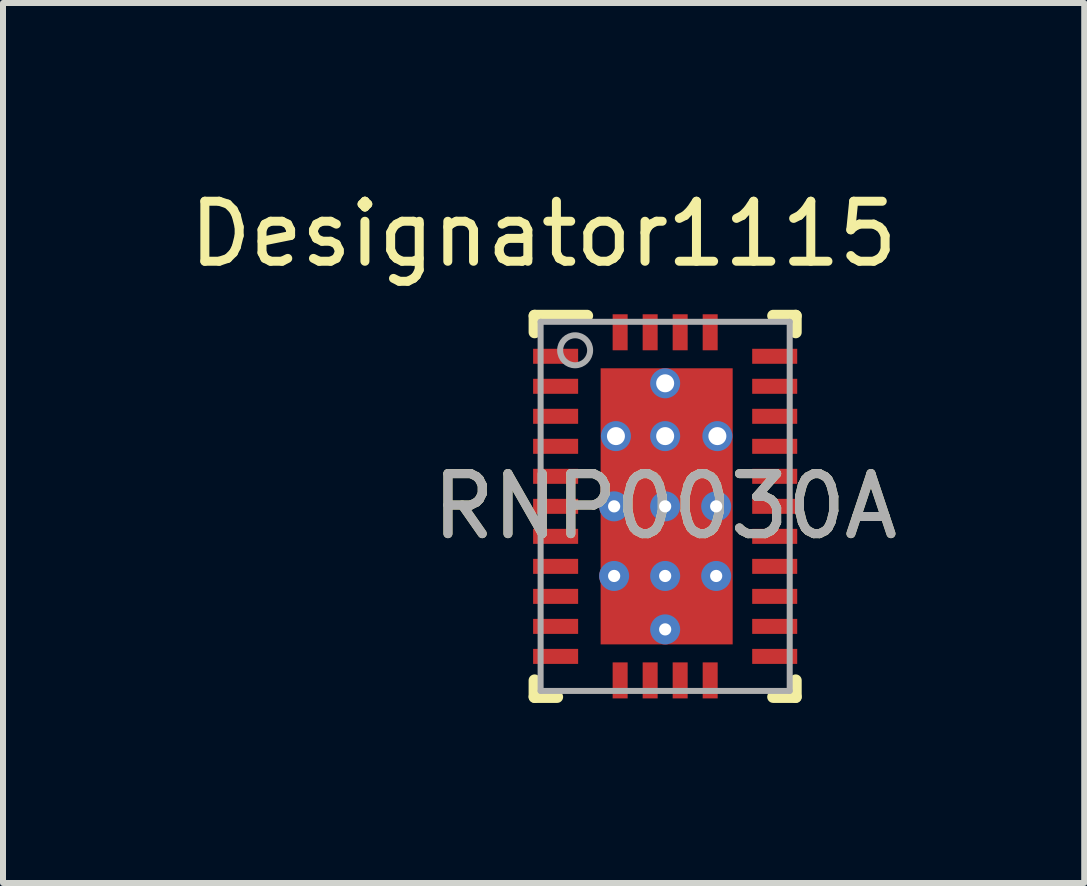
<source format=kicad_pcb>
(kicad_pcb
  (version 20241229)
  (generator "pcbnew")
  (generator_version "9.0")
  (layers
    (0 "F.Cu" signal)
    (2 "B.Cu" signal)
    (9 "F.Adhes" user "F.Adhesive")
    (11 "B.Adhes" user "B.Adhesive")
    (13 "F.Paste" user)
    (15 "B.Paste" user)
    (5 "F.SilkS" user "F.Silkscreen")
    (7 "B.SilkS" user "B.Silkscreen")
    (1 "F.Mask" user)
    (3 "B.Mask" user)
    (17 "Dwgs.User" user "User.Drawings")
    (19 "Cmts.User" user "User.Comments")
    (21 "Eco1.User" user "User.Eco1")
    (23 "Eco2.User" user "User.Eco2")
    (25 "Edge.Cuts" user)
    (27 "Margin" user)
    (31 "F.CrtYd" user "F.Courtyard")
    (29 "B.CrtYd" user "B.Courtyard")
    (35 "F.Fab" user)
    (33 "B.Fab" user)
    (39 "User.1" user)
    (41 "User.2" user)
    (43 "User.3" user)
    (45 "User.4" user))
  (footprint "RNP0030A"
    (layer "F.Cu")
    (at 8.032 5.386)
    (property "Reference" "RNP0030A" (at 0 0 0) (unlocked yes) (layer "F.SilkS") (effects (font (size 1 1) (thickness 0.15))))
    (attr smd)
    (fp_line (start -2.175 -3.175) (end -1.3 -3.175) (stroke (width 0.2) (type solid)) (layer "F.SilkS"))
    (fp_line (start -2.175 -2.9) (end -2.175 -3.175) (stroke (width 0.2) (type solid)) (layer "F.SilkS"))
    (fp_line (start -2.175 3.175) (end -2.175 2.9) (stroke (width 0.2) (type solid)) (layer "F.SilkS"))
    (fp_line (start -2.175 3.175) (end -1.8 3.175) (stroke (width 0.2) (type solid)) (layer "F.SilkS"))
    (fp_line (start 1.8 -3.175) (end 2.175 -3.175) (stroke (width 0.2) (type solid)) (layer "F.SilkS"))
    (fp_line (start 1.8 3.175) (end 2.175 3.175) (stroke (width 0.2) (type solid)) (layer "F.SilkS"))
    (fp_line (start 2.175 -2.9) (end 2.175 -3.175) (stroke (width 0.2) (type solid)) (layer "F.SilkS"))
    (fp_line (start 2.175 3.175) (end 2.175 2.9) (stroke (width 0.2) (type solid)) (layer "F.SilkS"))
    (fp_poly (pts (xy -0.148 -0.1) (xy -1.032 -0.1) (xy -1.041 -0.101) (xy -1.05 -0.104) (xy -1.059 -0.108) (xy -1.066 -0.114) (xy -1.072 -0.121) (xy -1.076 -0.13) (xy -1.079 -0.139) (xy -1.08 -0.148) (xy -1.08 -1.012) (xy -1.079 -1.021) (xy -1.076 -1.03) (xy -1.072 -1.039) (xy -1.066 -1.046) (xy -1.059 -1.052) (xy -1.05 -1.056) (xy -1.041 -1.059) (xy -1.032 -1.06) (xy -0.148 -1.06) (xy -0.139 -1.059) (xy -0.13 -1.056) (xy -0.121 -1.052) (xy -0.114 -1.046) (xy -0.108 -1.039) (xy -0.104 -1.03) (xy -0.101 -1.021) (xy -0.1 -1.012) (xy -0.1 -0.148) (xy -0.101 -0.139) (xy -0.104 -0.13) (xy -0.108 -0.121) (xy -0.114 -0.114) (xy -0.121 -0.108) (xy -0.13 -0.104) (xy -0.139 -0.101)) (stroke (width 0) (type solid)) (fill yes) (layer "F.Paste"))
    (fp_poly (pts (xy -0.148 1.06) (xy -1.032 1.06) (xy -1.041 1.059) (xy -1.05 1.056) (xy -1.059 1.052) (xy -1.066 1.046) (xy -1.072 1.039) (xy -1.076 1.03) (xy -1.079 1.021) (xy -1.08 1.012) (xy -1.08 0.148) (xy -1.079 0.139) (xy -1.076 0.13) (xy -1.072 0.121) (xy -1.066 0.114) (xy -1.059 0.108) (xy -1.05 0.104) (xy -1.041 0.101) (xy -1.032 0.1) (xy -0.148 0.1) (xy -0.139 0.101) (xy -0.13 0.104) (xy -0.121 0.108) (xy -0.114 0.114) (xy -0.108 0.121) (xy -0.104 0.13) (xy -0.101 0.139) (xy -0.1 0.148) (xy -0.1 1.012) (xy -0.101 1.021) (xy -0.104 1.03) (xy -0.108 1.039) (xy -0.114 1.046) (xy -0.121 1.052) (xy -0.13 1.056) (xy -0.139 1.059)) (stroke (width 0) (type solid)) (fill yes) (layer "F.Paste"))
    (fp_poly (pts (xy -0.148 2.22) (xy -1.032 2.22) (xy -1.041 2.219) (xy -1.05 2.216) (xy -1.059 2.212) (xy -1.066 2.206) (xy -1.072 2.199) (xy -1.076 2.19) (xy -1.079 2.181) (xy -1.08 2.172) (xy -1.08 1.308) (xy -1.079 1.299) (xy -1.076 1.29) (xy -1.072 1.281) (xy -1.066 1.274) (xy -1.059 1.268) (xy -1.05 1.264) (xy -1.041 1.261) (xy -1.032 1.26) (xy -0.148 1.26) (xy -0.139 1.261) (xy -0.13 1.264) (xy -0.121 1.268) (xy -0.114 1.274) (xy -0.108 1.281) (xy -0.104 1.29) (xy -0.101 1.299) (xy -0.1 1.308) (xy -0.1 2.172) (xy -0.101 2.181) (xy -0.104 2.19) (xy -0.108 2.199) (xy -0.114 2.206) (xy -0.121 2.212) (xy -0.13 2.216) (xy -0.139 2.219)) (stroke (width 0) (type solid)) (fill yes) (layer "F.Paste"))
    (fp_poly (pts (xy 1.032 -0.1) (xy 0.148 -0.1) (xy 0.139 -0.101) (xy 0.13 -0.104) (xy 0.121 -0.108) (xy 0.114 -0.114) (xy 0.108 -0.121) (xy 0.104 -0.13) (xy 0.101 -0.139) (xy 0.1 -0.148) (xy 0.1 -1.012) (xy 0.101 -1.021) (xy 0.104 -1.03) (xy 0.108 -1.039) (xy 0.114 -1.046) (xy 0.121 -1.052) (xy 0.13 -1.056) (xy 0.139 -1.059) (xy 0.148 -1.06) (xy 1.032 -1.06) (xy 1.041 -1.059) (xy 1.05 -1.056) (xy 1.059 -1.052) (xy 1.066 -1.046) (xy 1.072 -1.039) (xy 1.076 -1.03) (xy 1.079 -1.021) (xy 1.08 -1.012) (xy 1.08 -0.148) (xy 1.079 -0.139) (xy 1.076 -0.13) (xy 1.072 -0.121) (xy 1.066 -0.114) (xy 1.059 -0.108) (xy 1.05 -0.104) (xy 1.041 -0.101)) (stroke (width 0) (type solid)) (fill yes) (layer "F.Paste"))
    (fp_poly (pts (xy 1.032 1.06) (xy 0.148 1.06) (xy 0.139 1.059) (xy 0.13 1.056) (xy 0.121 1.052) (xy 0.114 1.046) (xy 0.108 1.039) (xy 0.104 1.03) (xy 0.101 1.021) (xy 0.1 1.012) (xy 0.1 0.148) (xy 0.101 0.139) (xy 0.104 0.13) (xy 0.108 0.121) (xy 0.114 0.114) (xy 0.121 0.108) (xy 0.13 0.104) (xy 0.139 0.101) (xy 0.148 0.1) (xy 1.032 0.1) (xy 1.041 0.101) (xy 1.05 0.104) (xy 1.059 0.108) (xy 1.066 0.114) (xy 1.072 0.121) (xy 1.076 0.13) (xy 1.079 0.139) (xy 1.08 0.148) (xy 1.08 1.012) (xy 1.079 1.021) (xy 1.076 1.03) (xy 1.072 1.039) (xy 1.066 1.046) (xy 1.059 1.052) (xy 1.05 1.056) (xy 1.041 1.059)) (stroke (width 0) (type solid)) (fill yes) (layer "F.Paste"))
    (fp_poly (pts (xy 1.032 2.22) (xy 0.148 2.22) (xy 0.139 2.219) (xy 0.13 2.216) (xy 0.121 2.212) (xy 0.114 2.206) (xy 0.108 2.199) (xy 0.104 2.19) (xy 0.101 2.181) (xy 0.1 2.172) (xy 0.1 1.308) (xy 0.101 1.299) (xy 0.104 1.29) (xy 0.108 1.281) (xy 0.114 1.274) (xy 0.121 1.268) (xy 0.13 1.264) (xy 0.139 1.261) (xy 0.148 1.26) (xy 1.032 1.26) (xy 1.041 1.261) (xy 1.05 1.264) (xy 1.059 1.268) (xy 1.066 1.274) (xy 1.072 1.281) (xy 1.076 1.29) (xy 1.079 1.299) (xy 1.08 1.308) (xy 1.08 2.172) (xy 1.079 2.181) (xy 1.076 2.19) (xy 1.072 2.199) (xy 1.066 2.206) (xy 1.059 2.212) (xy 1.05 2.216) (xy 1.041 2.219)) (stroke (width 0) (type solid)) (fill yes) (layer "F.Paste"))
    (fp_line (start -2.075 -3.075) (end 2.075 -3.075) (stroke (width 0.1) (type solid)) (layer "F.Fab"))
    (fp_line (start -2.075 3.075) (end -2.075 -3.075) (stroke (width 0.1) (type solid)) (layer "F.Fab"))
    (fp_line (start -2.075 3.075) (end 2.075 3.075) (stroke (width 0.1) (type solid)) (layer "F.Fab"))
    (fp_line (start 2.075 3.075) (end 2.075 -3.075) (stroke (width 0.1) (type solid)) (layer "F.Fab"))
    (fp_circle (center -1.5 -2.6) (end -1.25 -2.6) (stroke (width 0.1) (type solid)) (fill no) (layer "F.Fab"))
    (fp_text user "Designator1115" (at -2.026 -4.538 0) (unlocked yes) (layer "F.SilkS") (effects (font (size 1 1) (thickness 0.15))))
    (fp_text user "${REFERENCE}" (at 0 0 0) (unlocked yes) (layer "F.Fab") (effects (font (size 1 1) (thickness 0.15))))
    (pad "1" smd rect (at -1.825 -2.5 90) (size 0.25 0.75) (layers "F.Cu" "F.Mask" "F.Paste"))
    (pad "2" smd rect (at -1.825 -2 90) (size 0.25 0.75) (layers "F.Cu" "F.Mask" "F.Paste"))
    (pad "3" smd rect (at -1.825 -1.5 90) (size 0.25 0.75) (layers "F.Cu" "F.Mask" "F.Paste"))
    (pad "4" smd rect (at -1.825 -1 90) (size 0.25 0.75) (layers "F.Cu" "F.Mask" "F.Paste"))
    (pad "5" smd rect (at -1.825 -0.5 90) (size 0.25 0.75) (layers "F.Cu" "F.Mask" "F.Paste"))
    (pad "6" smd rect (at -1.825 0 90) (size 0.25 0.75) (layers "F.Cu" "F.Mask" "F.Paste"))
    (pad "7" smd rect (at -1.825 0.5 90) (size 0.25 0.75) (layers "F.Cu" "F.Mask" "F.Paste"))
    (pad "8" smd rect (at -1.825 1 90) (size 0.25 0.75) (layers "F.Cu" "F.Mask" "F.Paste"))
    (pad "9" smd rect (at -1.825 1.5 90) (size 0.25 0.75) (layers "F.Cu" "F.Mask" "F.Paste"))
    (pad "10" smd rect (at -1.825 2 90) (size 0.25 0.75) (layers "F.Cu" "F.Mask" "F.Paste"))
    (pad "11" smd rect (at -1.825 2.5 90) (size 0.25 0.75) (layers "F.Cu" "F.Mask" "F.Paste"))
    (pad "12" smd rect (at -0.75 2.9) (size 0.25 0.6) (layers "F.Cu" "F.Mask" "F.Paste"))
    (pad "13" smd rect (at -0.25 2.9) (size 0.25 0.6) (layers "F.Cu" "F.Mask" "F.Paste"))
    (pad "14" smd rect (at 0.25 2.9) (size 0.25 0.6) (layers "F.Cu" "F.Mask" "F.Paste"))
    (pad "15" smd rect (at 0.75 2.9) (size 0.25 0.6) (layers "F.Cu" "F.Mask" "F.Paste"))
    (pad "16" smd rect (at 1.825 2.5 90) (size 0.25 0.75) (layers "F.Cu" "F.Mask" "F.Paste"))
    (pad "17" smd rect (at 1.825 2 90) (size 0.25 0.75) (layers "F.Cu" "F.Mask" "F.Paste"))
    (pad "18" smd rect (at 1.825 1.5 90) (size 0.25 0.75) (layers "F.Cu" "F.Mask" "F.Paste"))
    (pad "19" smd rect (at 1.825 1 90) (size 0.25 0.75) (layers "F.Cu" "F.Mask" "F.Paste"))
    (pad "20" smd rect (at 1.825 0.5 90) (size 0.25 0.75) (layers "F.Cu" "F.Mask" "F.Paste"))
    (pad "21" smd rect (at 1.825 0 90) (size 0.25 0.75) (layers "F.Cu" "F.Mask" "F.Paste"))
    (pad "22" smd rect (at 1.825 -0.5 90) (size 0.25 0.75) (layers "F.Cu" "F.Mask" "F.Paste"))
    (pad "23" smd rect (at 1.825 -1 90) (size 0.25 0.75) (layers "F.Cu" "F.Mask" "F.Paste"))
    (pad "24" smd rect (at 1.825 -1.5 90) (size 0.25 0.75) (layers "F.Cu" "F.Mask" "F.Paste"))
    (pad "25" smd rect (at 1.825 -2 90) (size 0.25 0.75) (layers "F.Cu" "F.Mask" "F.Paste"))
    (pad "26" smd rect (at 1.825 -2.5 90) (size 0.25 0.75) (layers "F.Cu" "F.Mask" "F.Paste"))
    (pad "27" smd rect (at 0.75 -2.9) (size 0.25 0.6) (layers "F.Cu" "F.Mask" "F.Paste"))
    (pad "28" smd rect (at 0.25 -2.9) (size 0.25 0.6) (layers "F.Cu" "F.Mask" "F.Paste"))
    (pad "29" smd rect (at -0.25 -2.9) (size 0.25 0.6) (layers "F.Cu" "F.Mask" "F.Paste"))
    (pad "30" smd rect (at -0.75 -2.9) (size 0.25 0.6) (layers "F.Cu" "F.Mask" "F.Paste"))
    (pad "31" thru_hole circle (at -0.82 -1.17 270) (size 0.5 0.5) (drill 0.3) (layers "*.Cu"))
    (pad "31" thru_hole circle (at 0 -2.05 270) (size 0.5 0.5) (drill 0.3) (layers "*.Cu"))
    (pad "31" thru_hole circle (at 0 -1.17 270) (size 0.5 0.5) (drill 0.3) (layers "*.Cu"))
    (pad "31" smd rect (at 0.025 0) (size 2.2 4.6) (layers "F.Cu" "F.Mask"))
    (pad "31" thru_hole circle (at 0.87 -1.17 270) (size 0.5 0.5) (drill 0.3) (layers "*.Cu"))
    (pad "33" thru_hole circle (at -0.85 1.16) (size 0.5 0.5) (drill 0.203) (layers "*.Cu" "*.Mask"))
    (pad "35" thru_hole circle (at 0 1.16) (size 0.5 0.5) (drill 0.203) (layers "*.Cu" "*.Mask"))
    (pad "37" thru_hole circle (at 0.85 1.16) (size 0.5 0.5) (drill 0.203) (layers "*.Cu" "*.Mask"))
    (pad "39" thru_hole circle (at 0 2.05) (size 0.5 0.5) (drill 0.203) (layers "*.Cu" "*.Mask"))
    (pad "40" thru_hole circle (at 0.85 0) (size 0.5 0.5) (drill 0.203) (layers "*.Cu" "*.Mask"))
    (pad "41" thru_hole circle (at 0 0) (size 0.5 0.5) (drill 0.203) (layers "*.Cu" "*.Mask"))
    (pad "42" thru_hole circle (at -0.85 0) (size 0.5 0.5) (drill 0.203) (layers "*.Cu" "*.Mask")))
  (gr_rect
    (start -3 -3)
    (end 15.014 11.661)
    (stroke (width 0.1) (type default))
    (fill no)
    (layer "Edge.Cuts")))
</source>
